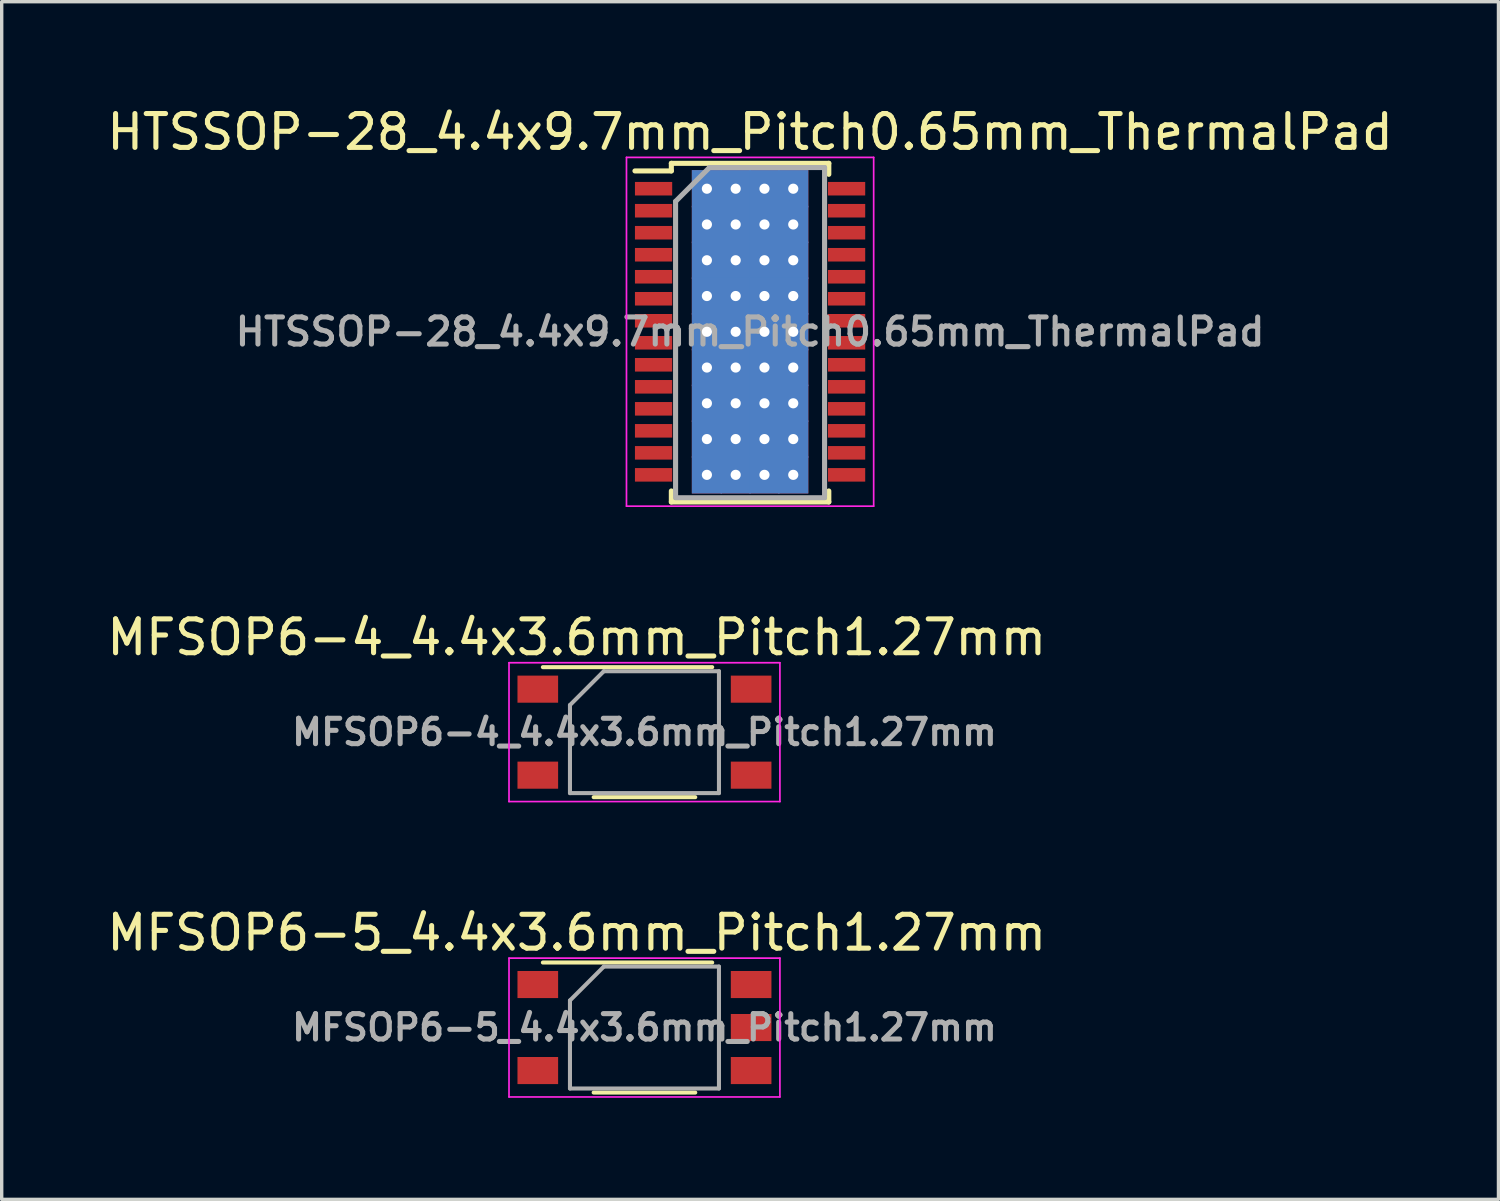
<source format=kicad_pcb>
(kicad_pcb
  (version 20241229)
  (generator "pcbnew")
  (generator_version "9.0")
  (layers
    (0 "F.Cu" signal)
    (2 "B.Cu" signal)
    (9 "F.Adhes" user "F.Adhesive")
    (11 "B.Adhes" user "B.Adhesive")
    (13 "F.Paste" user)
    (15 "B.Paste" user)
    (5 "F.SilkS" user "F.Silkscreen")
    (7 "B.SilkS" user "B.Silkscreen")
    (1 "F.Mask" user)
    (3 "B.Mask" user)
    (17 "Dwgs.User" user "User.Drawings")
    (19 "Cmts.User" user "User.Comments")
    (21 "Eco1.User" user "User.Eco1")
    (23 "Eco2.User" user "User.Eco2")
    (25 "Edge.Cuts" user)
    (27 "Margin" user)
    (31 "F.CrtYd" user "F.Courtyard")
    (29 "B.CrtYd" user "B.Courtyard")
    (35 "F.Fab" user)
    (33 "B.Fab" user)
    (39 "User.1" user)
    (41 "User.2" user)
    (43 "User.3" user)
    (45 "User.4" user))
  (footprint "HTSSOP-28_4.4x9.7mm_Pitch0.65mm_ThermalPad"
    (layer "F.Cu")
    (at 19.101 6.748)
    (property "Reference" "HTSSOP-28_4.4x9.7mm_Pitch0.65mm_ThermalPad" (at 0 -5.9 0) (layer "F.SilkS") (effects (font (size 1 1) (thickness 0.15))))
    (attr smd)
    (fp_line (start -2.325 -4.975) (end -2.325 -4.75) (stroke (width 0.15) (type solid)) (layer "F.SilkS"))
    (fp_line (start -2.325 -4.975) (end 2.325 -4.975) (stroke (width 0.15) (type solid)) (layer "F.SilkS"))
    (fp_line (start -2.325 -4.75) (end -3.4 -4.75) (stroke (width 0.15) (type solid)) (layer "F.SilkS"))
    (fp_line (start -2.325 5.026) (end -2.325 4.701) (stroke (width 0.15) (type solid)) (layer "F.SilkS"))
    (fp_line (start -2.325 5.026) (end 2.325 5.026) (stroke (width 0.15) (type solid)) (layer "F.SilkS"))
    (fp_line (start 2.325 -4.975) (end 2.325 -4.65) (stroke (width 0.15) (type solid)) (layer "F.SilkS"))
    (fp_line (start 2.325 5.026) (end 2.325 4.701) (stroke (width 0.15) (type solid)) (layer "F.SilkS"))
    (fp_line (start -3.65 -5.15) (end -3.65 5.15) (stroke (width 0.05) (type solid)) (layer "F.CrtYd"))
    (fp_line (start -3.65 -5.15) (end 3.65 -5.15) (stroke (width 0.05) (type solid)) (layer "F.CrtYd"))
    (fp_line (start -3.65 5.15) (end 3.65 5.15) (stroke (width 0.05) (type solid)) (layer "F.CrtYd"))
    (fp_line (start 3.65 -5.15) (end 3.65 5.15) (stroke (width 0.05) (type solid)) (layer "F.CrtYd"))
    (fp_line (start -2.2 -3.85) (end -1.2 -4.85) (stroke (width 0.15) (type solid)) (layer "F.Fab"))
    (fp_line (start -2.2 4.85) (end -2.2 -3.85) (stroke (width 0.15) (type solid)) (layer "F.Fab"))
    (fp_line (start -1.2 -4.85) (end 2.2 -4.85) (stroke (width 0.15) (type solid)) (layer "F.Fab"))
    (fp_line (start 2.2 -4.85) (end 2.2 4.85) (stroke (width 0.15) (type solid)) (layer "F.Fab"))
    (fp_line (start 2.2 4.901) (end -2.2 4.901) (stroke (width 0.15) (type solid)) (layer "F.Fab"))
    (fp_text user "${REFERENCE}" (at 0 0 0) (layer "F.Fab") (effects (font (size 0.8 0.8) (thickness 0.15))))
    (pad "1" smd rect (at -2.85 -4.225) (size 1.1 0.4) (layers "F.Cu" "F.Mask" "F.Paste"))
    (pad "2" smd rect (at -2.85 -3.575) (size 1.1 0.4) (layers "F.Cu" "F.Mask" "F.Paste"))
    (pad "3" smd rect (at -2.85 -2.925) (size 1.1 0.4) (layers "F.Cu" "F.Mask" "F.Paste"))
    (pad "4" smd rect (at -2.85 -2.275) (size 1.1 0.4) (layers "F.Cu" "F.Mask" "F.Paste"))
    (pad "5" smd rect (at -2.85 -1.625) (size 1.1 0.4) (layers "F.Cu" "F.Mask" "F.Paste"))
    (pad "6" smd rect (at -2.85 -0.975) (size 1.1 0.4) (layers "F.Cu" "F.Mask" "F.Paste"))
    (pad "7" smd rect (at -2.85 -0.325) (size 1.1 0.4) (layers "F.Cu" "F.Mask" "F.Paste"))
    (pad "8" smd rect (at -2.85 0.325) (size 1.1 0.4) (layers "F.Cu" "F.Mask" "F.Paste"))
    (pad "9" smd rect (at -2.85 0.975) (size 1.1 0.4) (layers "F.Cu" "F.Mask" "F.Paste"))
    (pad "10" smd rect (at -2.85 1.625) (size 1.1 0.4) (layers "F.Cu" "F.Mask" "F.Paste"))
    (pad "11" smd rect (at -2.85 2.275) (size 1.1 0.4) (layers "F.Cu" "F.Mask" "F.Paste"))
    (pad "12" smd rect (at -2.85 2.925) (size 1.1 0.4) (layers "F.Cu" "F.Mask" "F.Paste"))
    (pad "13" smd rect (at -2.85 3.575) (size 1.1 0.4) (layers "F.Cu" "F.Mask" "F.Paste"))
    (pad "14" smd rect (at -2.85 4.225) (size 1.1 0.4) (layers "F.Cu" "F.Mask" "F.Paste"))
    (pad "15" smd rect (at 2.85 4.225) (size 1.1 0.4) (layers "F.Cu" "F.Mask" "F.Paste"))
    (pad "16" smd rect (at 2.85 3.575) (size 1.1 0.4) (layers "F.Cu" "F.Mask" "F.Paste"))
    (pad "17" smd rect (at 2.85 2.925) (size 1.1 0.4) (layers "F.Cu" "F.Mask" "F.Paste"))
    (pad "18" smd rect (at 2.85 2.275) (size 1.1 0.4) (layers "F.Cu" "F.Mask" "F.Paste"))
    (pad "19" smd rect (at 2.85 1.625) (size 1.1 0.4) (layers "F.Cu" "F.Mask" "F.Paste"))
    (pad "20" smd rect (at 2.85 0.975) (size 1.1 0.4) (layers "F.Cu" "F.Mask" "F.Paste"))
    (pad "21" smd rect (at 2.85 0.325) (size 1.1 0.4) (layers "F.Cu" "F.Mask" "F.Paste"))
    (pad "22" smd rect (at 2.85 -0.325) (size 1.1 0.4) (layers "F.Cu" "F.Mask" "F.Paste"))
    (pad "23" smd rect (at 2.85 -0.975) (size 1.1 0.4) (layers "F.Cu" "F.Mask" "F.Paste"))
    (pad "24" smd rect (at 2.85 -1.625) (size 1.1 0.4) (layers "F.Cu" "F.Mask" "F.Paste"))
    (pad "25" smd rect (at 2.85 -2.275) (size 1.1 0.4) (layers "F.Cu" "F.Mask" "F.Paste"))
    (pad "26" smd rect (at 2.85 -2.925) (size 1.1 0.4) (layers "F.Cu" "F.Mask" "F.Paste"))
    (pad "27" smd rect (at 2.85 -3.575) (size 1.1 0.4) (layers "F.Cu" "F.Mask" "F.Paste"))
    (pad "28" smd rect (at 2.85 -4.225) (size 1.1 0.4) (layers "F.Cu" "F.Mask" "F.Paste"))
    (pad "29" thru_hole rect (at -1.275 -4.225) (size 0.89 1.1) (drill 0.3) (layers "*.Cu" "*.Mask"))
    (pad "29" thru_hole rect (at -1.275 -3.169) (size 0.89 1.1) (drill 0.3) (layers "*.Cu" "*.Mask"))
    (pad "29" thru_hole rect (at -1.275 -2.112) (size 0.89 1.1) (drill 0.3) (layers "*.Cu" "*.Mask"))
    (pad "29" thru_hole rect (at -1.275 -1.056) (size 0.89 1.1) (drill 0.3) (layers "*.Cu" "*.Mask"))
    (pad "29" thru_hole rect (at -1.275 0) (size 0.89 1.1) (drill 0.3) (layers "*.Cu" "*.Mask"))
    (pad "29" thru_hole rect (at -1.275 1.056) (size 0.89 1.1) (drill 0.3) (layers "*.Cu" "*.Mask"))
    (pad "29" thru_hole rect (at -1.275 2.112) (size 0.89 1.1) (drill 0.3) (layers "*.Cu" "*.Mask"))
    (pad "29" thru_hole rect (at -1.275 3.169) (size 0.89 1.1) (drill 0.3) (layers "*.Cu" "*.Mask"))
    (pad "29" thru_hole rect (at -1.275 4.225) (size 0.89 1.1) (drill 0.3) (layers "*.Cu" "*.Mask"))
    (pad "29" thru_hole rect (at -0.425 -4.225) (size 0.89 1.1) (drill 0.3) (layers "*.Cu" "*.Mask"))
    (pad "29" thru_hole rect (at -0.425 -3.169) (size 0.89 1.1) (drill 0.3) (layers "*.Cu" "*.Mask"))
    (pad "29" thru_hole rect (at -0.425 -2.112) (size 0.89 1.1) (drill 0.3) (layers "*.Cu" "*.Mask"))
    (pad "29" thru_hole rect (at -0.425 -1.056) (size 0.89 1.1) (drill 0.3) (layers "*.Cu" "*.Mask"))
    (pad "29" thru_hole rect (at -0.425 0) (size 0.89 1.1) (drill 0.3) (layers "*.Cu" "*.Mask"))
    (pad "29" thru_hole rect (at -0.425 1.056) (size 0.89 1.1) (drill 0.3) (layers "*.Cu" "*.Mask"))
    (pad "29" thru_hole rect (at -0.425 2.112) (size 0.89 1.1) (drill 0.3) (layers "*.Cu" "*.Mask"))
    (pad "29" thru_hole rect (at -0.425 3.169) (size 0.89 1.1) (drill 0.3) (layers "*.Cu" "*.Mask"))
    (pad "29" thru_hole rect (at -0.425 4.225) (size 0.89 1.1) (drill 0.3) (layers "*.Cu" "*.Mask"))
    (pad "29" thru_hole rect (at 0.425 -4.225) (size 0.89 1.1) (drill 0.3) (layers "*.Cu" "*.Mask"))
    (pad "29" thru_hole rect (at 0.425 -3.169) (size 0.89 1.1) (drill 0.3) (layers "*.Cu" "*.Mask"))
    (pad "29" thru_hole rect (at 0.425 -2.112) (size 0.89 1.1) (drill 0.3) (layers "*.Cu" "*.Mask"))
    (pad "29" thru_hole rect (at 0.425 -1.056) (size 0.89 1.1) (drill 0.3) (layers "*.Cu" "*.Mask"))
    (pad "29" thru_hole rect (at 0.425 0) (size 0.89 1.1) (drill 0.3) (layers "*.Cu" "*.Mask"))
    (pad "29" thru_hole rect (at 0.425 1.056) (size 0.89 1.1) (drill 0.3) (layers "*.Cu" "*.Mask"))
    (pad "29" thru_hole rect (at 0.425 2.112) (size 0.89 1.1) (drill 0.3) (layers "*.Cu" "*.Mask"))
    (pad "29" thru_hole rect (at 0.425 3.169) (size 0.89 1.1) (drill 0.3) (layers "*.Cu" "*.Mask"))
    (pad "29" thru_hole rect (at 0.425 4.225) (size 0.89 1.1) (drill 0.3) (layers "*.Cu" "*.Mask"))
    (pad "29" thru_hole rect (at 1.275 -4.225) (size 0.89 1.1) (drill 0.3) (layers "*.Cu" "*.Mask"))
    (pad "29" thru_hole rect (at 1.275 -3.169) (size 0.89 1.1) (drill 0.3) (layers "*.Cu" "*.Mask"))
    (pad "29" thru_hole rect (at 1.275 -2.112) (size 0.89 1.1) (drill 0.3) (layers "*.Cu" "*.Mask"))
    (pad "29" thru_hole rect (at 1.275 -1.056) (size 0.89 1.1) (drill 0.3) (layers "*.Cu" "*.Mask"))
    (pad "29" thru_hole rect (at 1.275 0) (size 0.89 1.1) (drill 0.3) (layers "*.Cu" "*.Mask"))
    (pad "29" thru_hole rect (at 1.275 1.056) (size 0.89 1.1) (drill 0.3) (layers "*.Cu" "*.Mask"))
    (pad "29" thru_hole rect (at 1.275 2.112) (size 0.89 1.1) (drill 0.3) (layers "*.Cu" "*.Mask"))
    (pad "29" thru_hole rect (at 1.275 3.169) (size 0.89 1.1) (drill 0.3) (layers "*.Cu" "*.Mask"))
    (pad "29" thru_hole rect (at 1.275 4.225) (size 0.89 1.1) (drill 0.3) (layers "*.Cu" "*.Mask")))
  (footprint "MFSOP6-5_4.4x3.6mm_Pitch1.27mm"
    (layer "F.Cu")
    (at 15.982 27.295)
    (property "Reference" "MFSOP6-5_4.4x3.6mm_Pitch1.27mm" (at -2 -2.8 0) (layer "F.SilkS") (effects (font (size 1 1) (thickness 0.15))))
    (attr smd)
    (fp_line (start -3 -1.92) (end 2 -1.92) (stroke (width 0.12) (type solid)) (layer "F.SilkS"))
    (fp_line (start 1.5 1.92) (end -1.5 1.92) (stroke (width 0.12) (type solid)) (layer "F.SilkS"))
    (fp_line (start -4 -2.05) (end -4 2.05) (stroke (width 0.05) (type solid)) (layer "F.CrtYd"))
    (fp_line (start -4 -2.05) (end 4 -2.05) (stroke (width 0.05) (type solid)) (layer "F.CrtYd"))
    (fp_line (start 4 2.05) (end -4 2.05) (stroke (width 0.05) (type solid)) (layer "F.CrtYd"))
    (fp_line (start 4 2.05) (end 4 -2.05) (stroke (width 0.05) (type solid)) (layer "F.CrtYd"))
    (fp_line (start -2.2 -0.8) (end -2.2 1.8) (stroke (width 0.12) (type solid)) (layer "F.Fab"))
    (fp_line (start -2.2 1.8) (end 2.2 1.8) (stroke (width 0.12) (type solid)) (layer "F.Fab"))
    (fp_line (start -1.2 -1.8) (end -2.2 -0.8) (stroke (width 0.12) (type solid)) (layer "F.Fab"))
    (fp_line (start 2.2 -1.8) (end -1.2 -1.8) (stroke (width 0.12) (type solid)) (layer "F.Fab"))
    (fp_line (start 2.2 1.8) (end 2.2 -1.8) (stroke (width 0.12) (type solid)) (layer "F.Fab"))
    (fp_text user "${REFERENCE}" (at 0 0 0) (layer "F.Fab") (effects (font (size 0.75 0.75) (thickness 0.15))))
    (pad "1" smd rect (at -3.15 -1.27) (size 1.2 0.8) (layers "F.Cu" "F.Mask" "F.Paste"))
    (pad "3" smd rect (at -3.15 1.27) (size 1.2 0.8) (layers "F.Cu" "F.Mask" "F.Paste"))
    (pad "4" smd rect (at 3.15 1.27) (size 1.2 0.8) (layers "F.Cu" "F.Mask" "F.Paste"))
    (pad "5" smd rect (at 3.15 0) (size 1.2 0.8) (layers "F.Cu" "F.Mask" "F.Paste"))
    (pad "6" smd rect (at 3.15 -1.27) (size 1.2 0.8) (layers "F.Cu" "F.Mask" "F.Paste")))
  (footprint "MFSOP6-4_4.4x3.6mm_Pitch1.27mm"
    (layer "F.Cu")
    (at 15.982 18.572)
    (property "Reference" "MFSOP6-4_4.4x3.6mm_Pitch1.27mm" (at -2 -2.8 0) (layer "F.SilkS") (effects (font (size 1 1) (thickness 0.15))))
    (attr smd)
    (fp_line (start -3 -1.92) (end 2 -1.92) (stroke (width 0.12) (type solid)) (layer "F.SilkS"))
    (fp_line (start 1.5 1.92) (end -1.5 1.92) (stroke (width 0.12) (type solid)) (layer "F.SilkS"))
    (fp_line (start -4 -2.05) (end -4 2.05) (stroke (width 0.05) (type solid)) (layer "F.CrtYd"))
    (fp_line (start -4 -2.05) (end 4 -2.05) (stroke (width 0.05) (type solid)) (layer "F.CrtYd"))
    (fp_line (start 4 2.05) (end -4 2.05) (stroke (width 0.05) (type solid)) (layer "F.CrtYd"))
    (fp_line (start 4 2.05) (end 4 -2.05) (stroke (width 0.05) (type solid)) (layer "F.CrtYd"))
    (fp_line (start -2.2 -0.8) (end -2.2 1.8) (stroke (width 0.12) (type solid)) (layer "F.Fab"))
    (fp_line (start -2.2 1.8) (end 2.2 1.8) (stroke (width 0.12) (type solid)) (layer "F.Fab"))
    (fp_line (start -1.2 -1.8) (end -2.2 -0.8) (stroke (width 0.12) (type solid)) (layer "F.Fab"))
    (fp_line (start 2.2 -1.8) (end -1.2 -1.8) (stroke (width 0.12) (type solid)) (layer "F.Fab"))
    (fp_line (start 2.2 1.8) (end 2.2 -1.8) (stroke (width 0.12) (type solid)) (layer "F.Fab"))
    (fp_text user "${REFERENCE}" (at 0 0 0) (layer "F.Fab") (effects (font (size 0.75 0.75) (thickness 0.15))))
    (pad "1" smd rect (at -3.15 -1.27) (size 1.2 0.8) (layers "F.Cu" "F.Mask" "F.Paste"))
    (pad "3" smd rect (at -3.15 1.27) (size 1.2 0.8) (layers "F.Cu" "F.Mask" "F.Paste"))
    (pad "4" smd rect (at 3.15 1.27) (size 1.2 0.8) (layers "F.Cu" "F.Mask" "F.Paste"))
    (pad "6" smd rect (at 3.15 -1.27) (size 1.2 0.8) (layers "F.Cu" "F.Mask" "F.Paste")))
  (gr_rect
    (start -3 -3)
    (end 41.202 32.37)
    (stroke (width 0.1) (type default))
    (fill no)
    (layer "Edge.Cuts")))
</source>
